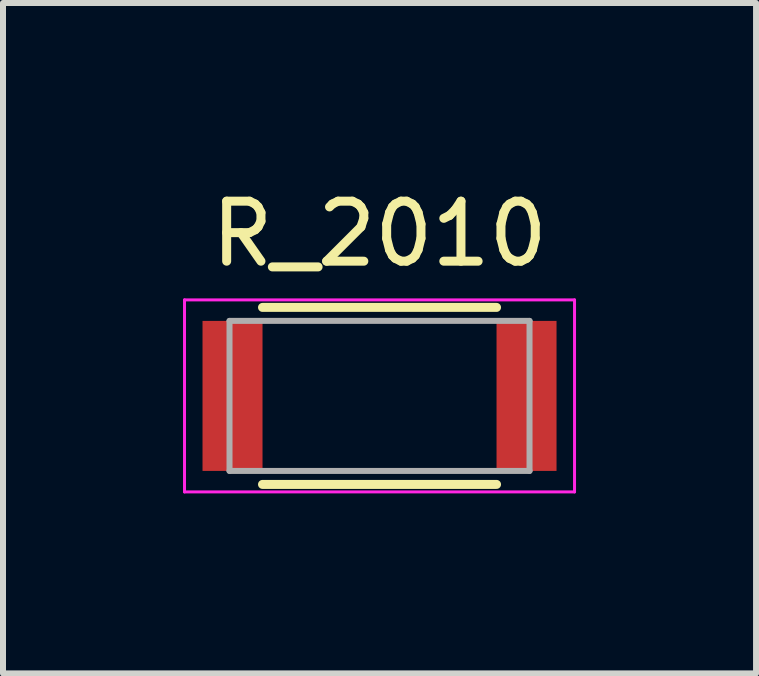
<source format=kicad_pcb>
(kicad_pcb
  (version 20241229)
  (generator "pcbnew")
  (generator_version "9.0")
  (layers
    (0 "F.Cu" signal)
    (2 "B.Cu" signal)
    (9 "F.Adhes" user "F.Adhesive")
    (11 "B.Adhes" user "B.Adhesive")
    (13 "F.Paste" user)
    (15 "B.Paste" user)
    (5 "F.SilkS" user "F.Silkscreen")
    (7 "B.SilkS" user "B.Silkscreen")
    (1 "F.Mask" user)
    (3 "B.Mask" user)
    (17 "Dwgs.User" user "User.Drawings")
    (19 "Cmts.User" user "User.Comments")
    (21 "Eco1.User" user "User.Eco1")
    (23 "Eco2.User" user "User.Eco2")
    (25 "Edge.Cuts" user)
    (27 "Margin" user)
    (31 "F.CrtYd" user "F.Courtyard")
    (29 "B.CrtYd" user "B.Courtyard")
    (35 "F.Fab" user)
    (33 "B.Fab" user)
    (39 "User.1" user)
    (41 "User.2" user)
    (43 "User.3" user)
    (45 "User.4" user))
  (footprint "R_2010"
    (layer "F.Cu")
    (at 3.275 3.548)
    (property "Reference" "R_2010" (at 0 -2.7 0) (layer "F.SilkS") (effects (font (size 1 1) (thickness 0.15))))
    (attr smd)
    (fp_line (start -1.95 -1.475) (end 1.95 -1.475) (stroke (width 0.15) (type solid)) (layer "F.SilkS"))
    (fp_line (start 1.95 1.475) (end -1.95 1.475) (stroke (width 0.15) (type solid)) (layer "F.SilkS"))
    (fp_line (start -3.25 -1.6) (end -3.25 1.6) (stroke (width 0.05) (type solid)) (layer "F.CrtYd"))
    (fp_line (start -3.25 -1.6) (end 3.25 -1.6) (stroke (width 0.05) (type solid)) (layer "F.CrtYd"))
    (fp_line (start -3.25 1.6) (end 3.25 1.6) (stroke (width 0.05) (type solid)) (layer "F.CrtYd"))
    (fp_line (start 3.25 -1.6) (end 3.25 1.6) (stroke (width 0.05) (type solid)) (layer "F.CrtYd"))
    (fp_line (start -2.5 -1.25) (end 2.5 -1.25) (stroke (width 0.1) (type solid)) (layer "F.Fab"))
    (fp_line (start -2.5 1.25) (end -2.5 -1.25) (stroke (width 0.1) (type solid)) (layer "F.Fab"))
    (fp_line (start 2.5 -1.25) (end 2.5 1.25) (stroke (width 0.1) (type solid)) (layer "F.Fab"))
    (fp_line (start 2.5 1.25) (end -2.5 1.25) (stroke (width 0.1) (type solid)) (layer "F.Fab"))
    (pad "1" smd rect (at -2.45 0) (size 1 2.5) (layers "F.Cu" "F.Mask" "F.Paste"))
    (pad "2" smd rect (at 2.45 0) (size 1 2.5) (layers "F.Cu" "F.Mask" "F.Paste")))
  (gr_rect
    (start -3 -3)
    (end 9.55 8.173)
    (stroke (width 0.1) (type default))
    (fill no)
    (layer "Edge.Cuts")))
</source>
